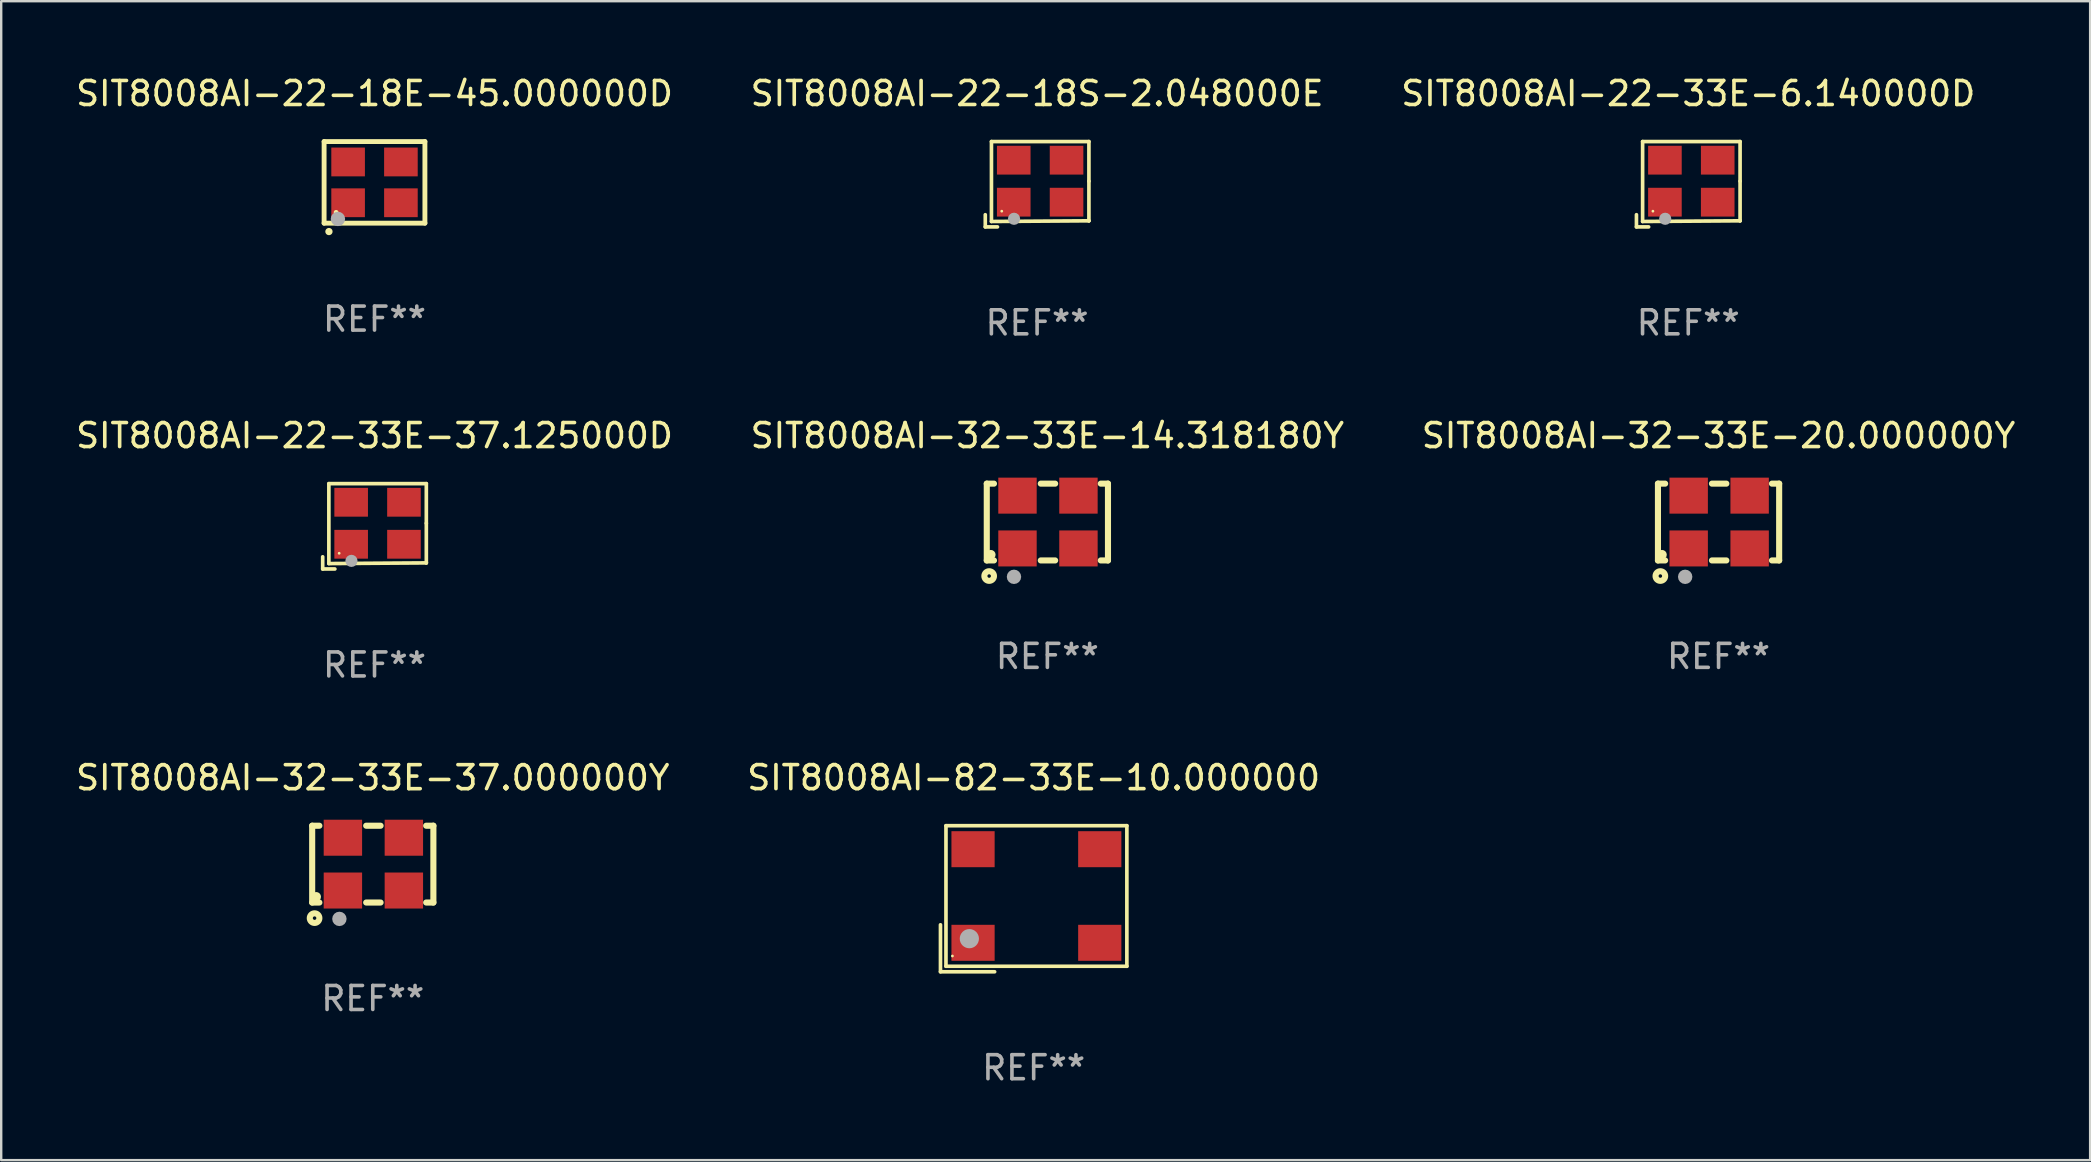
<source format=kicad_pcb>
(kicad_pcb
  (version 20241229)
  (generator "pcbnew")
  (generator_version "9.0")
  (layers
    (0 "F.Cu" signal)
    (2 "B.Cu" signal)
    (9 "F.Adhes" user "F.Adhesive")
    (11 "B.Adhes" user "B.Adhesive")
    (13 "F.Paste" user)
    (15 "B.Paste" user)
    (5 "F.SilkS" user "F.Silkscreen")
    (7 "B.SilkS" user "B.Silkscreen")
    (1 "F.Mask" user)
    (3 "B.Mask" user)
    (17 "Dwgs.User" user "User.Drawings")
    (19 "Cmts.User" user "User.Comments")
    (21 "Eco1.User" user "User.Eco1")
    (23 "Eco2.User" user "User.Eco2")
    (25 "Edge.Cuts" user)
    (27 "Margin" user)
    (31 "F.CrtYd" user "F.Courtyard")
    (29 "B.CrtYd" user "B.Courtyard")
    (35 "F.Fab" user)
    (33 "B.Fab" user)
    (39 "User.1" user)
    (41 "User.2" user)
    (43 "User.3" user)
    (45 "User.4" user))
  (footprint "SIT8008AI-22-18S-2.048000E"
    (layer "F.Cu")
    (at 40.161 4.626)
    (property "Reference" "SIT8008AI-22-18S-2.048000E" (at 0 -3.778 0) (layer "F.SilkS") (effects (font (size 1 1) (thickness 0.15))))
    (attr through_hole)
    (fp_line (start -2.159 1.27) (end -2.159 1.778) (stroke (width 0.152) (type solid)) (layer "F.SilkS"))
    (fp_line (start -2.159 1.778) (end -1.651 1.778) (stroke (width 0.152) (type solid)) (layer "F.SilkS"))
    (fp_line (start -1.902 -1.778) (end 2.159 -1.778) (stroke (width 0.152) (type solid)) (layer "F.SilkS"))
    (fp_line (start -1.902 1.552) (end -1.902 -1.778) (stroke (width 0.152) (type solid)) (layer "F.SilkS"))
    (fp_line (start 2.159 -1.778) (end 2.159 -0.127) (stroke (width 0.152) (type solid)) (layer "F.SilkS"))
    (fp_line (start 2.159 -0.127) (end 2.159 1.524) (stroke (width 0.152) (type solid)) (layer "F.SilkS"))
    (fp_line (start 2.159 1.524) (end -1.902 1.552) (stroke (width 0.152) (type solid)) (layer "F.SilkS"))
    (fp_line (start 2.159 1.524) (end 2.159 1.524) (stroke (width 0.152) (type solid)) (layer "F.SilkS"))
    (fp_circle (center -1.473 1.123) (end -1.443 1.123) (stroke (width 0.06) (type solid)) (fill no) (layer "F.SilkS"))
    (fp_circle (center -0.961 1.44) (end -0.834 1.44) (stroke (width 0.254) (type solid)) (fill no) (layer "F.Fab"))
    (fp_text user "REF**" (at 0 5.778 0) (layer "F.Fab") (effects (font (size 1 1) (thickness 0.15))))
    (pad "1" smd rect (at -0.973 0.748) (size 1.4 1.2) (layers "F.Cu" "F.Mask" "F.Paste"))
    (pad "2" smd rect (at 1.227 0.748) (size 1.4 1.2) (layers "F.Cu" "F.Mask" "F.Paste"))
    (pad "3" smd rect (at 1.227 -1.002) (size 1.4 1.2) (layers "F.Cu" "F.Mask" "F.Paste"))
    (pad "4" smd rect (at -0.973 -1.002) (size 1.4 1.2) (layers "F.Cu" "F.Mask" "F.Paste")))
  (footprint "SIT8008AI-32-33E-20.000000Y"
    (layer "F.Cu")
    (at 68.554 18.701)
    (property "Reference" "SIT8008AI-32-33E-20.000000Y" (at 0 -3.6 0) (layer "F.SilkS") (effects (font (size 1 1) (thickness 0.15))))
    (attr through_hole)
    (fp_line (start -2.525 -1.6) (end -2.225 -1.6) (stroke (width 0.254) (type solid)) (layer "F.SilkS"))
    (fp_line (start -2.525 1.6) (end -2.525 -1.6) (stroke (width 0.254) (type solid)) (layer "F.SilkS"))
    (fp_line (start -2.225 1.6) (end -2.525 1.6) (stroke (width 0.254) (type solid)) (layer "F.SilkS"))
    (fp_line (start -0.275 -1.6) (end 0.325 -1.6) (stroke (width 0.254) (type solid)) (layer "F.SilkS"))
    (fp_line (start -0.275 1.6) (end 0.325 1.6) (stroke (width 0.254) (type solid)) (layer "F.SilkS"))
    (fp_line (start 2.225 -1.6) (end 2.525 -1.6) (stroke (width 0.254) (type solid)) (layer "F.SilkS"))
    (fp_line (start 2.525 -1.6) (end 2.525 1.6) (stroke (width 0.254) (type solid)) (layer "F.SilkS"))
    (fp_line (start 2.525 1.6) (end 2.225 1.6) (stroke (width 0.254) (type solid)) (layer "F.SilkS"))
    (fp_circle (center -2.425 2.25) (end -2.225 2.25) (stroke (width 0.254) (type solid)) (fill no) (layer "F.SilkS"))
    (fp_circle (center -2.357 1.362) (end -2.257 1.362) (stroke (width 0.2) (type solid)) (fill no) (layer "F.SilkS"))
    (fp_circle (center -1.391 2.282) (end -1.241 2.282) (stroke (width 0.3) (type solid)) (fill no) (layer "F.Fab"))
    (fp_text user "REF**" (at 0 5.6 0) (layer "F.Fab") (effects (font (size 1 1) (thickness 0.15))))
    (pad "1" smd rect (at -1.245 1.1) (size 1.6 1.5) (layers "F.Cu" "F.Mask" "F.Paste"))
    (pad "2" smd rect (at 1.295 1.1) (size 1.6 1.5) (layers "F.Cu" "F.Mask" "F.Paste"))
    (pad "3" smd rect (at 1.295 -1.1 180) (size 1.6 1.5) (layers "F.Cu" "F.Mask" "F.Paste"))
    (pad "4" smd rect (at -1.245 -1.1) (size 1.6 1.5) (layers "F.Cu" "F.Mask" "F.Paste")))
  (footprint "SIT8008AI-22-18E-45.000000D"
    (layer "F.Cu")
    (at 12.554 4.548)
    (property "Reference" "SIT8008AI-22-18E-45.000000D" (at 0 -3.7 0) (layer "F.SilkS") (effects (font (size 1 1) (thickness 0.15))))
    (attr through_hole)
    (fp_line (start -2.1 -1.7) (end -2.1 1.7) (stroke (width 0.203) (type solid)) (layer "F.SilkS"))
    (fp_line (start -2.1 1.7) (end 2.1 1.7) (stroke (width 0.203) (type solid)) (layer "F.SilkS"))
    (fp_line (start 2.1 -1.7) (end -2.1 -1.7) (stroke (width 0.203) (type solid)) (layer "F.SilkS"))
    (fp_line (start 2.1 1.7) (end 2.1 -1.7) (stroke (width 0.203) (type solid)) (layer "F.SilkS"))
    (fp_arc (start -1.899924 2.049784) (mid -1.898654 2.049779) (end -1.897384 2.049784) (stroke (width 0.3) (type solid)) (layer "F.SilkS"))
    (fp_circle (center -1.6 1.25) (end -1.55 1.25) (stroke (width 0.1) (type solid)) (fill no) (layer "F.SilkS"))
    (fp_circle (center -1.524 1.524) (end -1.374 1.524) (stroke (width 0.3) (type solid)) (fill no) (layer "F.Fab"))
    (fp_text user "REF**" (at 0 5.7 0) (layer "F.Fab") (effects (font (size 1 1) (thickness 0.15))))
    (pad "1" smd rect (at -1.1 0.85) (size 1.4 1.2) (layers "F.Cu" "F.Mask" "F.Paste"))
    (pad "2" smd rect (at 1.1 0.85) (size 1.4 1.2) (layers "F.Cu" "F.Mask" "F.Paste"))
    (pad "3" smd rect (at 1.1 -0.85) (size 1.4 1.2) (layers "F.Cu" "F.Mask" "F.Paste"))
    (pad "4" smd rect (at -1.1 -0.85) (size 1.4 1.2) (layers "F.Cu" "F.Mask" "F.Paste")))
  (footprint "SIT8008AI-82-33E-10.000000"
    (layer "F.Cu")
    (at 40.018 34.396)
    (property "Reference" "SIT8008AI-82-33E-10.000000" (at 0 -5.043 0) (layer "F.SilkS") (effects (font (size 1 1) (thickness 0.15))))
    (attr through_hole)
    (fp_line (start -3.883 1.086) (end -3.883 3.043) (stroke (width 0.152) (type solid)) (layer "F.SilkS"))
    (fp_line (start -3.883 3.043) (end -1.626 3.043) (stroke (width 0.152) (type solid)) (layer "F.SilkS"))
    (fp_line (start -3.654 -3.043) (end 3.883 -3.043) (stroke (width 0.152) (type solid)) (layer "F.SilkS"))
    (fp_line (start -3.654 2.814) (end -3.654 -3.043) (stroke (width 0.152) (type solid)) (layer "F.SilkS"))
    (fp_line (start 3.883 -3.043) (end 3.883 2.814) (stroke (width 0.152) (type solid)) (layer "F.SilkS"))
    (fp_line (start 3.883 2.814) (end -3.654 2.814) (stroke (width 0.152) (type solid)) (layer "F.SilkS"))
    (fp_circle (center -3.386 2.386) (end -3.356 2.386) (stroke (width 0.06) (type solid)) (fill no) (layer "F.SilkS"))
    (fp_circle (center -2.68 1.664) (end -2.48 1.664) (stroke (width 0.4) (type solid)) (fill no) (layer "F.Fab"))
    (fp_text user "REF**" (at 0 7.043 0) (layer "F.Fab") (effects (font (size 1 1) (thickness 0.15))))
    (pad "1" smd rect (at -2.526 1.836) (size 1.8 1.5) (layers "F.Cu" "F.Mask" "F.Paste"))
    (pad "2" smd rect (at 2.754 1.836) (size 1.8 1.5) (layers "F.Cu" "F.Mask" "F.Paste"))
    (pad "3" smd rect (at 2.754 -2.064) (size 1.8 1.5) (layers "F.Cu" "F.Mask" "F.Paste"))
    (pad "4" smd rect (at -2.526 -2.064) (size 1.8 1.5) (layers "F.Cu" "F.Mask" "F.Paste")))
  (footprint "SIT8008AI-22-33E-6.140000D"
    (layer "F.Cu")
    (at 67.292 4.626)
    (property "Reference" "SIT8008AI-22-33E-6.140000D" (at 0 -3.778 0) (layer "F.SilkS") (effects (font (size 1 1) (thickness 0.15))))
    (attr through_hole)
    (fp_line (start -2.159 1.27) (end -2.159 1.778) (stroke (width 0.152) (type solid)) (layer "F.SilkS"))
    (fp_line (start -2.159 1.778) (end -1.651 1.778) (stroke (width 0.152) (type solid)) (layer "F.SilkS"))
    (fp_line (start -1.902 -1.778) (end 2.159 -1.778) (stroke (width 0.152) (type solid)) (layer "F.SilkS"))
    (fp_line (start -1.902 1.552) (end -1.902 -1.778) (stroke (width 0.152) (type solid)) (layer "F.SilkS"))
    (fp_line (start 2.159 -1.778) (end 2.159 -0.127) (stroke (width 0.152) (type solid)) (layer "F.SilkS"))
    (fp_line (start 2.159 -0.127) (end 2.159 1.524) (stroke (width 0.152) (type solid)) (layer "F.SilkS"))
    (fp_line (start 2.159 1.524) (end -1.902 1.552) (stroke (width 0.152) (type solid)) (layer "F.SilkS"))
    (fp_line (start 2.159 1.524) (end 2.159 1.524) (stroke (width 0.152) (type solid)) (layer "F.SilkS"))
    (fp_circle (center -1.473 1.123) (end -1.443 1.123) (stroke (width 0.06) (type solid)) (fill no) (layer "F.SilkS"))
    (fp_circle (center -0.961 1.44) (end -0.834 1.44) (stroke (width 0.254) (type solid)) (fill no) (layer "F.Fab"))
    (fp_text user "REF**" (at 0 5.778 0) (layer "F.Fab") (effects (font (size 1 1) (thickness 0.15))))
    (pad "1" smd rect (at -0.973 0.748) (size 1.4 1.2) (layers "F.Cu" "F.Mask" "F.Paste"))
    (pad "2" smd rect (at 1.227 0.748) (size 1.4 1.2) (layers "F.Cu" "F.Mask" "F.Paste"))
    (pad "3" smd rect (at 1.227 -1.002) (size 1.4 1.2) (layers "F.Cu" "F.Mask" "F.Paste"))
    (pad "4" smd rect (at -0.973 -1.002) (size 1.4 1.2) (layers "F.Cu" "F.Mask" "F.Paste")))
  (footprint "SIT8008AI-22-33E-37.125000D"
    (layer "F.Cu")
    (at 12.554 18.879)
    (property "Reference" "SIT8008AI-22-33E-37.125000D" (at 0 -3.778 0) (layer "F.SilkS") (effects (font (size 1 1) (thickness 0.15))))
    (attr through_hole)
    (fp_line (start -2.159 1.27) (end -2.159 1.778) (stroke (width 0.152) (type solid)) (layer "F.SilkS"))
    (fp_line (start -2.159 1.778) (end -1.651 1.778) (stroke (width 0.152) (type solid)) (layer "F.SilkS"))
    (fp_line (start -1.902 -1.778) (end 2.159 -1.778) (stroke (width 0.152) (type solid)) (layer "F.SilkS"))
    (fp_line (start -1.902 1.552) (end -1.902 -1.778) (stroke (width 0.152) (type solid)) (layer "F.SilkS"))
    (fp_line (start 2.159 -1.778) (end 2.159 -0.127) (stroke (width 0.152) (type solid)) (layer "F.SilkS"))
    (fp_line (start 2.159 -0.127) (end 2.159 1.524) (stroke (width 0.152) (type solid)) (layer "F.SilkS"))
    (fp_line (start 2.159 1.524) (end -1.902 1.552) (stroke (width 0.152) (type solid)) (layer "F.SilkS"))
    (fp_line (start 2.159 1.524) (end 2.159 1.524) (stroke (width 0.152) (type solid)) (layer "F.SilkS"))
    (fp_circle (center -1.473 1.123) (end -1.443 1.123) (stroke (width 0.06) (type solid)) (fill no) (layer "F.SilkS"))
    (fp_circle (center -0.961 1.44) (end -0.834 1.44) (stroke (width 0.254) (type solid)) (fill no) (layer "F.Fab"))
    (fp_text user "REF**" (at 0 5.778 0) (layer "F.Fab") (effects (font (size 1 1) (thickness 0.15))))
    (pad "1" smd rect (at -0.973 0.748) (size 1.4 1.2) (layers "F.Cu" "F.Mask" "F.Paste"))
    (pad "2" smd rect (at 1.227 0.748) (size 1.4 1.2) (layers "F.Cu" "F.Mask" "F.Paste"))
    (pad "3" smd rect (at 1.227 -1.002) (size 1.4 1.2) (layers "F.Cu" "F.Mask" "F.Paste"))
    (pad "4" smd rect (at -0.973 -1.002) (size 1.4 1.2) (layers "F.Cu" "F.Mask" "F.Paste")))
  (footprint "SIT8008AI-32-33E-14.318180Y"
    (layer "F.Cu")
    (at 40.589 18.701)
    (property "Reference" "SIT8008AI-32-33E-14.318180Y" (at 0 -3.6 0) (layer "F.SilkS") (effects (font (size 1 1) (thickness 0.15))))
    (attr through_hole)
    (fp_line (start -2.525 -1.6) (end -2.225 -1.6) (stroke (width 0.254) (type solid)) (layer "F.SilkS"))
    (fp_line (start -2.525 1.6) (end -2.525 -1.6) (stroke (width 0.254) (type solid)) (layer "F.SilkS"))
    (fp_line (start -2.225 1.6) (end -2.525 1.6) (stroke (width 0.254) (type solid)) (layer "F.SilkS"))
    (fp_line (start -0.275 -1.6) (end 0.325 -1.6) (stroke (width 0.254) (type solid)) (layer "F.SilkS"))
    (fp_line (start -0.275 1.6) (end 0.325 1.6) (stroke (width 0.254) (type solid)) (layer "F.SilkS"))
    (fp_line (start 2.225 -1.6) (end 2.525 -1.6) (stroke (width 0.254) (type solid)) (layer "F.SilkS"))
    (fp_line (start 2.525 -1.6) (end 2.525 1.6) (stroke (width 0.254) (type solid)) (layer "F.SilkS"))
    (fp_line (start 2.525 1.6) (end 2.225 1.6) (stroke (width 0.254) (type solid)) (layer "F.SilkS"))
    (fp_circle (center -2.425 2.25) (end -2.225 2.25) (stroke (width 0.254) (type solid)) (fill no) (layer "F.SilkS"))
    (fp_circle (center -2.357 1.362) (end -2.257 1.362) (stroke (width 0.2) (type solid)) (fill no) (layer "F.SilkS"))
    (fp_circle (center -1.391 2.282) (end -1.241 2.282) (stroke (width 0.3) (type solid)) (fill no) (layer "F.Fab"))
    (fp_text user "REF**" (at 0 5.6 0) (layer "F.Fab") (effects (font (size 1 1) (thickness 0.15))))
    (pad "1" smd rect (at -1.245 1.1) (size 1.6 1.5) (layers "F.Cu" "F.Mask" "F.Paste"))
    (pad "2" smd rect (at 1.295 1.1) (size 1.6 1.5) (layers "F.Cu" "F.Mask" "F.Paste"))
    (pad "3" smd rect (at 1.295 -1.1 180) (size 1.6 1.5) (layers "F.Cu" "F.Mask" "F.Paste"))
    (pad "4" smd rect (at -1.245 -1.1) (size 1.6 1.5) (layers "F.Cu" "F.Mask" "F.Paste")))
  (footprint "SIT8008AI-32-33E-37.000000Y"
    (layer "F.Cu")
    (at 12.482 32.954)
    (property "Reference" "SIT8008AI-32-33E-37.000000Y" (at 0 -3.6 0) (layer "F.SilkS") (effects (font (size 1 1) (thickness 0.15))))
    (attr through_hole)
    (fp_line (start -2.525 -1.6) (end -2.225 -1.6) (stroke (width 0.254) (type solid)) (layer "F.SilkS"))
    (fp_line (start -2.525 1.6) (end -2.525 -1.6) (stroke (width 0.254) (type solid)) (layer "F.SilkS"))
    (fp_line (start -2.225 1.6) (end -2.525 1.6) (stroke (width 0.254) (type solid)) (layer "F.SilkS"))
    (fp_line (start -0.275 -1.6) (end 0.325 -1.6) (stroke (width 0.254) (type solid)) (layer "F.SilkS"))
    (fp_line (start -0.275 1.6) (end 0.325 1.6) (stroke (width 0.254) (type solid)) (layer "F.SilkS"))
    (fp_line (start 2.225 -1.6) (end 2.525 -1.6) (stroke (width 0.254) (type solid)) (layer "F.SilkS"))
    (fp_line (start 2.525 -1.6) (end 2.525 1.6) (stroke (width 0.254) (type solid)) (layer "F.SilkS"))
    (fp_line (start 2.525 1.6) (end 2.225 1.6) (stroke (width 0.254) (type solid)) (layer "F.SilkS"))
    (fp_circle (center -2.425 2.25) (end -2.225 2.25) (stroke (width 0.254) (type solid)) (fill no) (layer "F.SilkS"))
    (fp_circle (center -2.357 1.362) (end -2.257 1.362) (stroke (width 0.2) (type solid)) (fill no) (layer "F.SilkS"))
    (fp_circle (center -1.391 2.282) (end -1.241 2.282) (stroke (width 0.3) (type solid)) (fill no) (layer "F.Fab"))
    (fp_text user "REF**" (at 0 5.6 0) (layer "F.Fab") (effects (font (size 1 1) (thickness 0.15))))
    (pad "1" smd rect (at -1.245 1.1) (size 1.6 1.5) (layers "F.Cu" "F.Mask" "F.Paste"))
    (pad "2" smd rect (at 1.295 1.1) (size 1.6 1.5) (layers "F.Cu" "F.Mask" "F.Paste"))
    (pad "3" smd rect (at 1.295 -1.1 180) (size 1.6 1.5) (layers "F.Cu" "F.Mask" "F.Paste"))
    (pad "4" smd rect (at -1.245 -1.1) (size 1.6 1.5) (layers "F.Cu" "F.Mask" "F.Paste")))
  (gr_rect
    (start -3 -3)
    (end 84.036 45.288)
    (stroke (width 0.1) (type default))
    (fill no)
    (layer "Edge.Cuts")))
</source>
